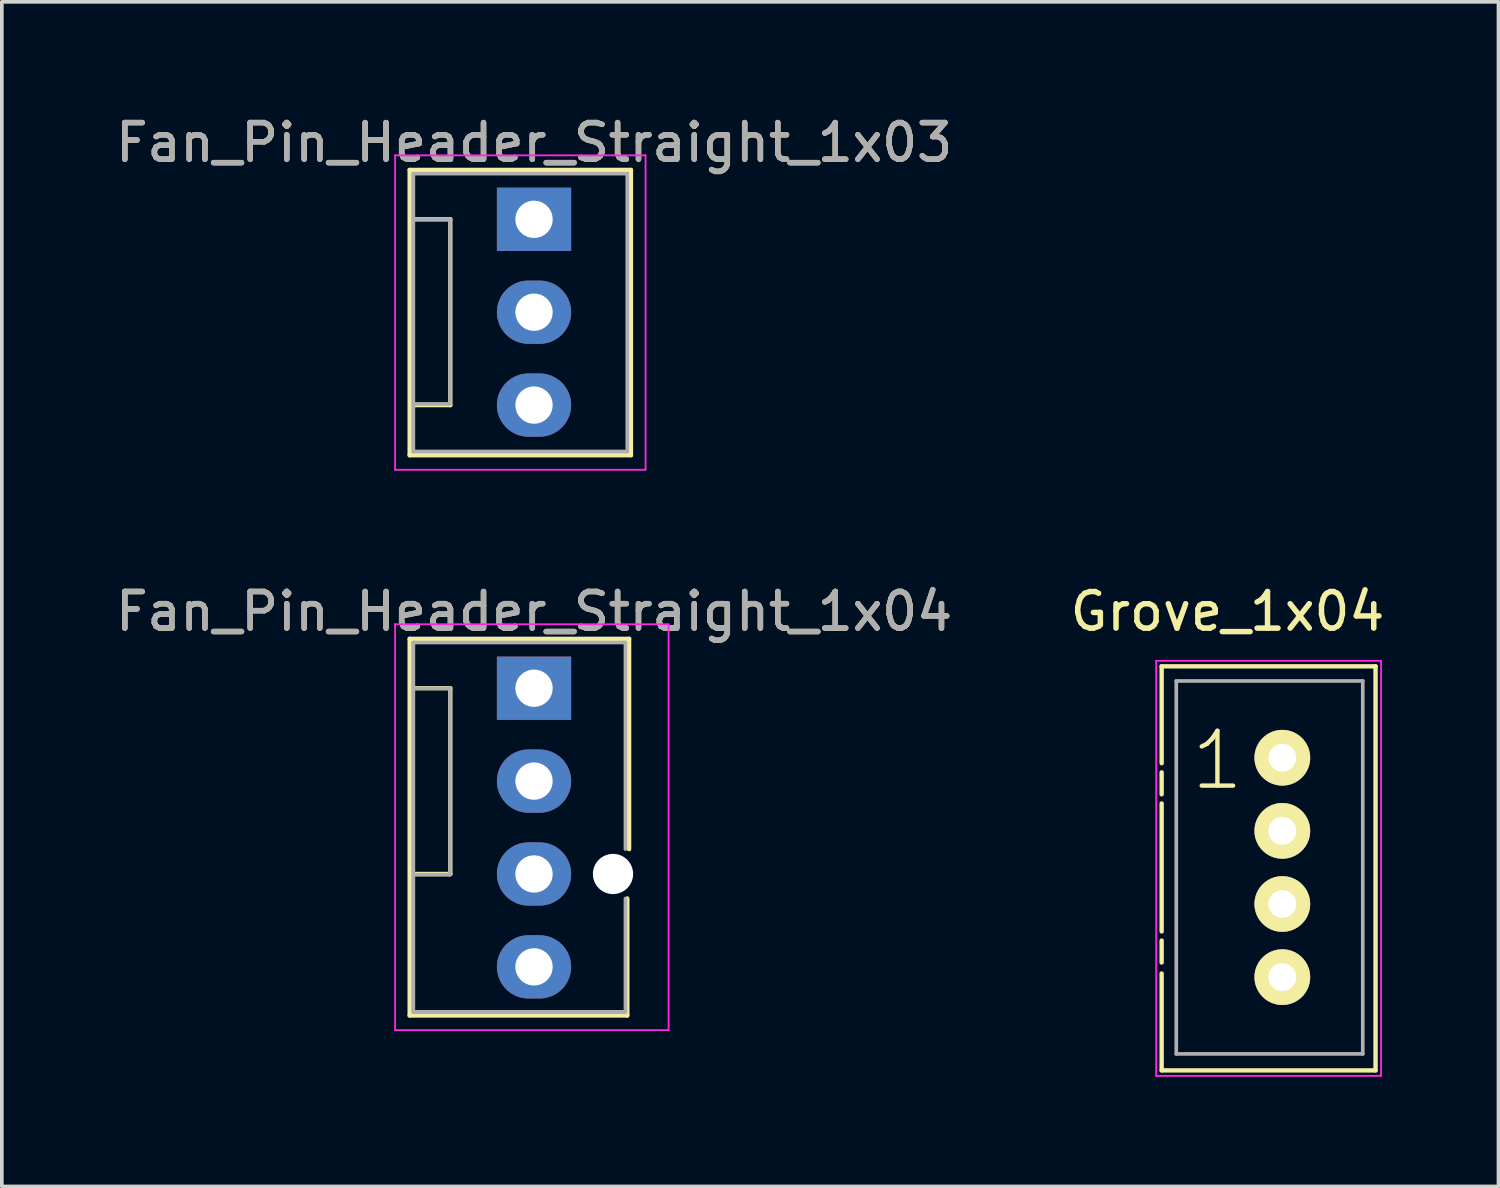
<source format=kicad_pcb>
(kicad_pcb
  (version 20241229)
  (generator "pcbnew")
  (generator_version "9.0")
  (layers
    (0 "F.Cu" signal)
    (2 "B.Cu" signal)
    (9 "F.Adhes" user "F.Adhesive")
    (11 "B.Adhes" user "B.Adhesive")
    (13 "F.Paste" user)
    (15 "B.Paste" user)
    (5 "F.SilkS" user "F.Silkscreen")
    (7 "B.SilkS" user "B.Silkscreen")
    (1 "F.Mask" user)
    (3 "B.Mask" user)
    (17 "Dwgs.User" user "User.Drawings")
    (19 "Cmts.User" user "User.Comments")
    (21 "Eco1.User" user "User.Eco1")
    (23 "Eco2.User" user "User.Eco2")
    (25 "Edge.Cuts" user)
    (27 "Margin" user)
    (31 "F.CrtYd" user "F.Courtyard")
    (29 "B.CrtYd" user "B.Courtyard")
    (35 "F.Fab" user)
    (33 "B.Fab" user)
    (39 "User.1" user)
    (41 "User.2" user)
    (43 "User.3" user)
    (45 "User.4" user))
  (footprint "Fan_Pin_Header_Straight_1x04"
    (layer "F.Cu")
    (at 11.554 15.771)
    (property "Reference" "Fan_Pin_Header_Straight_1x04" (at 0 -2.1 0) (layer "F.SilkS") (effects (font (size 1 1) (thickness 0.15))))
    (attr through_hole)
    (fp_line (start -3.4 -1.35) (end 2.6 -1.35) (stroke (width 0.12) (type solid)) (layer "F.SilkS"))
    (fp_line (start -3.4 8.95) (end -3.4 -1.35) (stroke (width 0.12) (type solid)) (layer "F.SilkS"))
    (fp_line (start -3.3 0) (end -2.29 0) (stroke (width 0.12) (type solid)) (layer "F.SilkS"))
    (fp_line (start -2.29 0) (end -2.29 5.08) (stroke (width 0.12) (type solid)) (layer "F.SilkS"))
    (fp_line (start -2.29 5.08) (end -3.3 5.08) (stroke (width 0.12) (type solid)) (layer "F.SilkS"))
    (fp_line (start 2.55 5.75) (end 2.55 8.95) (stroke (width 0.12) (type solid)) (layer "F.SilkS"))
    (fp_line (start 2.55 8.95) (end -3.4 8.95) (stroke (width 0.12) (type solid)) (layer "F.SilkS"))
    (fp_line (start 2.6 -1.35) (end 2.6 4.4) (stroke (width 0.12) (type solid)) (layer "F.SilkS"))
    (fp_line (start -3.8 -1.75) (end -3.8 9.35) (stroke (width 0.05) (type solid)) (layer "F.CrtYd"))
    (fp_line (start -3.8 -1.75) (end 3.68 -1.75) (stroke (width 0.05) (type solid)) (layer "F.CrtYd"))
    (fp_line (start 3.68 9.35) (end -3.8 9.35) (stroke (width 0.05) (type solid)) (layer "F.CrtYd"))
    (fp_line (start 3.68 9.35) (end 3.68 -1.75) (stroke (width 0.05) (type solid)) (layer "F.CrtYd"))
    (fp_line (start -3.3 -1.25) (end 2.5 -1.25) (stroke (width 0.1) (type solid)) (layer "F.Fab"))
    (fp_line (start -3.3 -1.2) (end -3.3 -1.25) (stroke (width 0.1) (type solid)) (layer "F.Fab"))
    (fp_line (start -3.3 5.1) (end -2.3 5.1) (stroke (width 0.1) (type solid)) (layer "F.Fab"))
    (fp_line (start -3.3 8.85) (end -3.3 -1.2) (stroke (width 0.1) (type solid)) (layer "F.Fab"))
    (fp_line (start -2.3 0) (end -3.3 0) (stroke (width 0.1) (type solid)) (layer "F.Fab"))
    (fp_line (start -2.3 5.1) (end -2.3 0) (stroke (width 0.1) (type solid)) (layer "F.Fab"))
    (fp_line (start 2.5 -1.25) (end 2.5 4.4) (stroke (width 0.1) (type solid)) (layer "F.Fab"))
    (fp_line (start 2.5 5.75) (end 2.5 8.85) (stroke (width 0.1) (type solid)) (layer "F.Fab"))
    (fp_line (start 2.5 8.85) (end -3.3 8.85) (stroke (width 0.1) (type solid)) (layer "F.Fab"))
    (fp_text user "${REFERENCE}" (at 0 -2.1 0) (layer "F.Fab") (effects (font (size 1 1) (thickness 0.15))))
    (pad "" np_thru_hole circle (at 2.16 5.08) (size 1.1 1.1) (drill 1.1) (layers "*.Cu" "*.Mask"))
    (pad "1" thru_hole rect (at 0 0) (size 2.03 1.73) (drill 1.02) (layers "*.Cu" "*.Mask"))
    (pad "2" thru_hole oval (at 0 2.54) (size 2.03 1.73) (drill 1.02) (layers "*.Cu" "*.Mask"))
    (pad "3" thru_hole oval (at 0 5.08) (size 2.03 1.73) (drill 1.02) (layers "*.Cu" "*.Mask"))
    (pad "4" thru_hole oval (at 0 7.62) (size 2.03 1.73) (drill 1.02) (layers "*.Cu" "*.Mask")))
  (footprint "Grove_1x04"
    (layer "F.Cu")
    (at 32.018 17.672)
    (property "Reference" "Grove_1x04" (at -1.5 -4 0) (layer "F.SilkS") (effects (font (size 1 1) (thickness 0.15))))
    (attr through_hole)
    (fp_line (start -3.3 -2.5) (end -3.3 0.15) (stroke (width 0.12) (type solid)) (layer "F.SilkS"))
    (fp_line (start -3.3 -2.5) (end 2.55 -2.5) (stroke (width 0.12) (type solid)) (layer "F.SilkS"))
    (fp_line (start -3.3 0.4) (end -3.3 1) (stroke (width 0.12) (type solid)) (layer "F.SilkS"))
    (fp_line (start -3.3 1.25) (end -3.3 4.75) (stroke (width 0.12) (type solid)) (layer "F.SilkS"))
    (fp_line (start -3.3 5) (end -3.3 5.6) (stroke (width 0.12) (type solid)) (layer "F.SilkS"))
    (fp_line (start -3.3 5.9) (end -3.3 8.55) (stroke (width 0.12) (type solid)) (layer "F.SilkS"))
    (fp_line (start -3.3 8.55) (end 2.55 8.55) (stroke (width 0.12) (type solid)) (layer "F.SilkS"))
    (fp_line (start 2.55 -2.5) (end 2.55 8.55) (stroke (width 0.12) (type solid)) (layer "F.SilkS"))
    (fp_line (start -3.45 -2.65) (end -3.45 8.7) (stroke (width 0.05) (type solid)) (layer "F.CrtYd"))
    (fp_line (start -3.45 -2.65) (end 2.7 -2.65) (stroke (width 0.05) (type solid)) (layer "F.CrtYd"))
    (fp_line (start -3.45 8.7) (end 2.7 8.7) (stroke (width 0.05) (type solid)) (layer "F.CrtYd"))
    (fp_line (start 2.7 8.7) (end 2.7 -2.65) (stroke (width 0.05) (type solid)) (layer "F.CrtYd"))
    (fp_line (start -2.9 -2.1) (end 2.2 -2.1) (stroke (width 0.1) (type solid)) (layer "F.Fab"))
    (fp_line (start -2.9 8.1) (end -2.9 -2.1) (stroke (width 0.1) (type solid)) (layer "F.Fab"))
    (fp_line (start 2.2 -2.1) (end 2.2 8.1) (stroke (width 0.1) (type solid)) (layer "F.Fab"))
    (fp_line (start 2.2 8.1) (end -2.9 8.1) (stroke (width 0.1) (type solid)) (layer "F.Fab"))
    (fp_text user "1" (at -1.775 0.075 0) (layer "F.SilkS") (effects (font (size 1.5 1.5) (thickness 0.12))))
    (pad "1" thru_hole circle (at 0 0) (size 1.524 1.524) (drill 0.762) (layers "*.Cu" "*.Mask" "F.SilkS"))
    (pad "2" thru_hole circle (at 0 2) (size 1.524 1.524) (drill 0.762) (layers "*.Cu" "*.Mask" "F.SilkS"))
    (pad "3" thru_hole circle (at 0 4) (size 1.524 1.524) (drill 0.762) (layers "*.Cu" "*.Mask" "F.SilkS"))
    (pad "4" thru_hole circle (at 0 6) (size 1.524 1.524) (drill 0.762) (layers "*.Cu" "*.Mask" "F.SilkS")))
  (footprint "Fan_Pin_Header_Straight_1x03"
    (layer "F.Cu")
    (at 11.554 2.948)
    (property "Reference" "Fan_Pin_Header_Straight_1x03" (at 0 -2.1 0) (layer "F.SilkS") (effects (font (size 1 1) (thickness 0.15))))
    (attr through_hole)
    (fp_line (start -3.4 -1.35) (end 2.65 -1.35) (stroke (width 0.12) (type solid)) (layer "F.SilkS"))
    (fp_line (start -3.4 6.45) (end -3.4 -1.35) (stroke (width 0.12) (type solid)) (layer "F.SilkS"))
    (fp_line (start -3.3 0) (end -2.29 0) (stroke (width 0.12) (type solid)) (layer "F.SilkS"))
    (fp_line (start -2.29 0) (end -2.29 5.08) (stroke (width 0.12) (type solid)) (layer "F.SilkS"))
    (fp_line (start -2.29 5.08) (end -3.3 5.08) (stroke (width 0.12) (type solid)) (layer "F.SilkS"))
    (fp_line (start 2.65 -1.35) (end 2.65 6.45) (stroke (width 0.12) (type solid)) (layer "F.SilkS"))
    (fp_line (start 2.65 6.45) (end -3.4 6.45) (stroke (width 0.12) (type solid)) (layer "F.SilkS"))
    (fp_line (start -3.8 -1.75) (end -3.8 6.85) (stroke (width 0.05) (type solid)) (layer "F.CrtYd"))
    (fp_line (start -3.8 -1.75) (end 3.05 -1.75) (stroke (width 0.05) (type solid)) (layer "F.CrtYd"))
    (fp_line (start 3.05 6.85) (end -3.8 6.85) (stroke (width 0.05) (type solid)) (layer "F.CrtYd"))
    (fp_line (start 3.05 6.85) (end 3.05 -1.75) (stroke (width 0.05) (type solid)) (layer "F.CrtYd"))
    (fp_line (start -3.3 -1.25) (end 2.55 -1.25) (stroke (width 0.1) (type solid)) (layer "F.Fab"))
    (fp_line (start -3.3 5.05) (end -2.3 5.05) (stroke (width 0.1) (type solid)) (layer "F.Fab"))
    (fp_line (start -3.3 6.35) (end -3.3 -1.25) (stroke (width 0.1) (type solid)) (layer "F.Fab"))
    (fp_line (start -2.3 0) (end -3.3 0) (stroke (width 0.1) (type solid)) (layer "F.Fab"))
    (fp_line (start -2.3 5.05) (end -2.3 0) (stroke (width 0.1) (type solid)) (layer "F.Fab"))
    (fp_line (start 2.55 -1.25) (end 2.55 6.35) (stroke (width 0.1) (type solid)) (layer "F.Fab"))
    (fp_line (start 2.55 6.35) (end -3.3 6.35) (stroke (width 0.1) (type solid)) (layer "F.Fab"))
    (fp_text user "${REFERENCE}" (at 0 -2.1 0) (layer "F.Fab") (effects (font (size 1 1) (thickness 0.15))))
    (pad "1" thru_hole rect (at 0 0) (size 2.03 1.73) (drill 1.02) (layers "*.Cu" "*.Mask"))
    (pad "2" thru_hole oval (at 0 2.54) (size 2.03 1.73) (drill 1.02) (layers "*.Cu" "*.Mask"))
    (pad "3" thru_hole oval (at 0 5.08) (size 2.03 1.73) (drill 1.02) (layers "*.Cu" "*.Mask")))
  (gr_rect
    (start -3 -3)
    (end 37.929 29.396)
    (stroke (width 0.1) (type default))
    (fill no)
    (layer "Edge.Cuts")))
</source>
